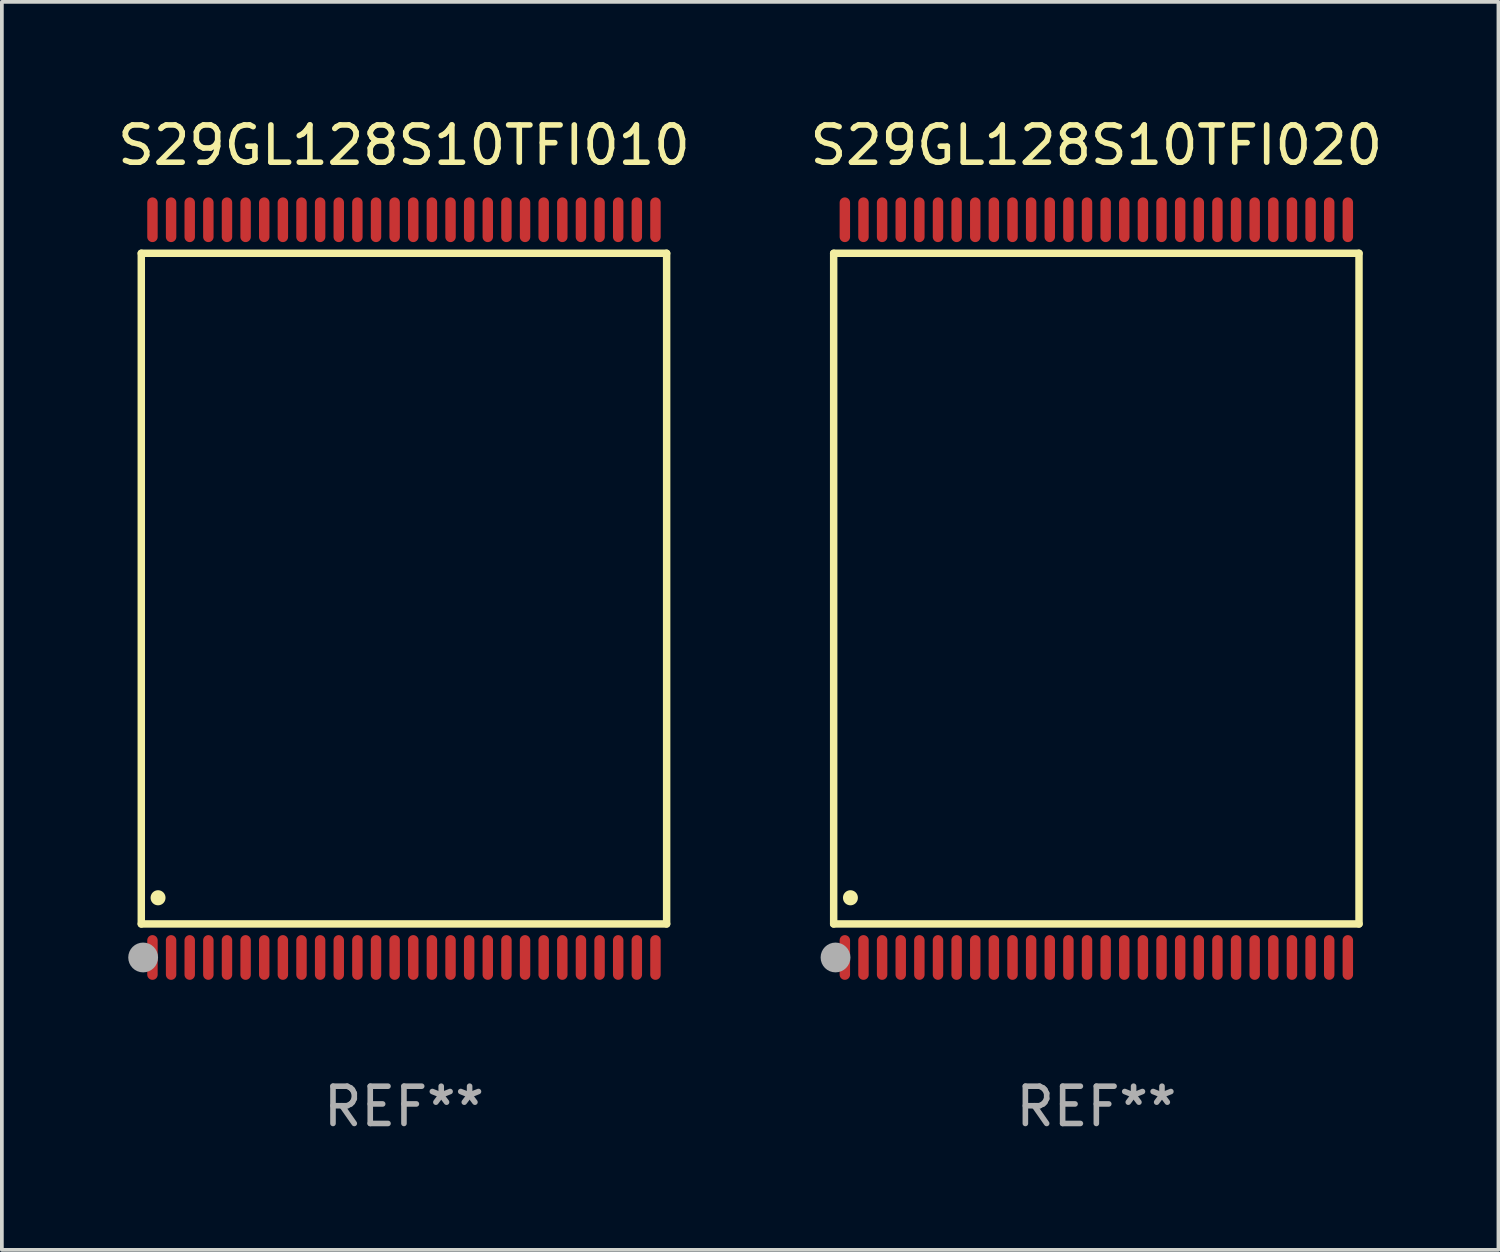
<source format=kicad_pcb>
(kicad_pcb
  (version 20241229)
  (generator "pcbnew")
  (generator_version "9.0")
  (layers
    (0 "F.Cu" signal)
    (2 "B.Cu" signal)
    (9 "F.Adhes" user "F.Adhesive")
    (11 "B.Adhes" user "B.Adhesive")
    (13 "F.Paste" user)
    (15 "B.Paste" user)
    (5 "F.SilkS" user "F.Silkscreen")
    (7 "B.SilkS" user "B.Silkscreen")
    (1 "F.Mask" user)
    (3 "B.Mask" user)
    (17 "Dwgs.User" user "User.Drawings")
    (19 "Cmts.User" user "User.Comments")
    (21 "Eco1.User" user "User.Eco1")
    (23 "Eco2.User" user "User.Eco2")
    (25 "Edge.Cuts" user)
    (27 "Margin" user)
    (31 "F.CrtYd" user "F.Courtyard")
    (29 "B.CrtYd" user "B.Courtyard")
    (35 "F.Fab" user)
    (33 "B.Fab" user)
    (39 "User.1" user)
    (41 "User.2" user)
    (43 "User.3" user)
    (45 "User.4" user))
  (footprint "S29GL128S10TFI010"
    (layer "F.Cu")
    (at 7.792 12.748)
    (property "Reference" "S29GL128S10TFI010" (at 0 -11.9 0) (layer "F.SilkS") (effects (font (size 1 1) (thickness 0.15))))
    (attr through_hole)
    (fp_line (start -7.05 -9) (end 7.05 -9) (stroke (width 0.2) (type solid)) (layer "F.SilkS"))
    (fp_line (start -7.05 9) (end -7.05 -9) (stroke (width 0.2) (type solid)) (layer "F.SilkS"))
    (fp_line (start 7.05 9) (end -7.05 9) (stroke (width 0.2) (type solid)) (layer "F.SilkS"))
    (fp_line (start 7.05 9) (end 7.05 -9) (stroke (width 0.2) (type solid)) (layer "F.SilkS"))
    (fp_arc (start -6.600025 8.300025) (mid -6.600041 8.297485) (end -6.600025 8.294945) (stroke (width 0.4) (type solid)) (layer "F.SilkS"))
    (fp_circle (center -7 10) (end -6.97 10) (stroke (width 0.06) (type solid)) (fill no) (layer "F.SilkS"))
    (fp_circle (center -7 9.9) (end -6.8 9.9) (stroke (width 0.4) (type solid)) (fill no) (layer "F.Fab"))
    (fp_text user "REF**" (at 0 13.9 0) (layer "F.Fab") (effects (font (size 1 1) (thickness 0.15))))
    (pad "1" smd oval (at -6.75 9.9) (size 0.28 1.2) (layers "F.Cu" "F.Mask" "F.Paste"))
    (pad "2" smd oval (at -6.25 9.9) (size 0.28 1.2) (layers "F.Cu" "F.Mask" "F.Paste"))
    (pad "3" smd oval (at -5.75 9.9) (size 0.28 1.2) (layers "F.Cu" "F.Mask" "F.Paste"))
    (pad "4" smd oval (at -5.25 9.9) (size 0.28 1.2) (layers "F.Cu" "F.Mask" "F.Paste"))
    (pad "5" smd oval (at -4.75 9.9) (size 0.28 1.2) (layers "F.Cu" "F.Mask" "F.Paste"))
    (pad "6" smd oval (at -4.25 9.9) (size 0.28 1.2) (layers "F.Cu" "F.Mask" "F.Paste"))
    (pad "7" smd oval (at -3.75 9.9) (size 0.28 1.2) (layers "F.Cu" "F.Mask" "F.Paste"))
    (pad "8" smd oval (at -3.25 9.9) (size 0.28 1.2) (layers "F.Cu" "F.Mask" "F.Paste"))
    (pad "9" smd oval (at -2.75 9.9) (size 0.28 1.2) (layers "F.Cu" "F.Mask" "F.Paste"))
    (pad "10" smd oval (at -2.25 9.9) (size 0.28 1.2) (layers "F.Cu" "F.Mask" "F.Paste"))
    (pad "11" smd oval (at -1.75 9.9) (size 0.28 1.2) (layers "F.Cu" "F.Mask" "F.Paste"))
    (pad "12" smd oval (at -1.25 9.9) (size 0.28 1.2) (layers "F.Cu" "F.Mask" "F.Paste"))
    (pad "13" smd oval (at -0.75 9.9) (size 0.28 1.2) (layers "F.Cu" "F.Mask" "F.Paste"))
    (pad "14" smd oval (at -0.25 9.9) (size 0.28 1.2) (layers "F.Cu" "F.Mask" "F.Paste"))
    (pad "15" smd oval (at 0.25 9.9) (size 0.28 1.2) (layers "F.Cu" "F.Mask" "F.Paste"))
    (pad "16" smd oval (at 0.75 9.9) (size 0.28 1.2) (layers "F.Cu" "F.Mask" "F.Paste"))
    (pad "17" smd oval (at 1.25 9.9) (size 0.28 1.2) (layers "F.Cu" "F.Mask" "F.Paste"))
    (pad "18" smd oval (at 1.75 9.9) (size 0.28 1.2) (layers "F.Cu" "F.Mask" "F.Paste"))
    (pad "19" smd oval (at 2.25 9.9) (size 0.28 1.2) (layers "F.Cu" "F.Mask" "F.Paste"))
    (pad "20" smd oval (at 2.75 9.9) (size 0.28 1.2) (layers "F.Cu" "F.Mask" "F.Paste"))
    (pad "21" smd oval (at 3.25 9.9) (size 0.28 1.2) (layers "F.Cu" "F.Mask" "F.Paste"))
    (pad "22" smd oval (at 3.75 9.9) (size 0.28 1.2) (layers "F.Cu" "F.Mask" "F.Paste"))
    (pad "23" smd oval (at 4.25 9.9) (size 0.28 1.2) (layers "F.Cu" "F.Mask" "F.Paste"))
    (pad "24" smd oval (at 4.75 9.9) (size 0.28 1.2) (layers "F.Cu" "F.Mask" "F.Paste"))
    (pad "25" smd oval (at 5.25 9.9) (size 0.28 1.2) (layers "F.Cu" "F.Mask" "F.Paste"))
    (pad "26" smd oval (at 5.75 9.9) (size 0.28 1.2) (layers "F.Cu" "F.Mask" "F.Paste"))
    (pad "27" smd oval (at 6.25 9.9) (size 0.28 1.2) (layers "F.Cu" "F.Mask" "F.Paste"))
    (pad "28" smd oval (at 6.75 9.9) (size 0.28 1.2) (layers "F.Cu" "F.Mask" "F.Paste"))
    (pad "29" smd oval (at 6.75 -9.9) (size 0.28 1.2) (layers "F.Cu" "F.Mask" "F.Paste"))
    (pad "30" smd oval (at 6.25 -9.9) (size 0.28 1.2) (layers "F.Cu" "F.Mask" "F.Paste"))
    (pad "31" smd oval (at 5.75 -9.9) (size 0.28 1.2) (layers "F.Cu" "F.Mask" "F.Paste"))
    (pad "32" smd oval (at 5.25 -9.9) (size 0.28 1.2) (layers "F.Cu" "F.Mask" "F.Paste"))
    (pad "33" smd oval (at 4.75 -9.9) (size 0.28 1.2) (layers "F.Cu" "F.Mask" "F.Paste"))
    (pad "34" smd oval (at 4.25 -9.9) (size 0.28 1.2) (layers "F.Cu" "F.Mask" "F.Paste"))
    (pad "35" smd oval (at 3.75 -9.9) (size 0.28 1.2) (layers "F.Cu" "F.Mask" "F.Paste"))
    (pad "36" smd oval (at 3.25 -9.9) (size 0.28 1.2) (layers "F.Cu" "F.Mask" "F.Paste"))
    (pad "37" smd oval (at 2.75 -9.9) (size 0.28 1.2) (layers "F.Cu" "F.Mask" "F.Paste"))
    (pad "38" smd oval (at 2.25 -9.9) (size 0.28 1.2) (layers "F.Cu" "F.Mask" "F.Paste"))
    (pad "39" smd oval (at 1.75 -9.9) (size 0.28 1.2) (layers "F.Cu" "F.Mask" "F.Paste"))
    (pad "40" smd oval (at 1.25 -9.9) (size 0.28 1.2) (layers "F.Cu" "F.Mask" "F.Paste"))
    (pad "41" smd oval (at 0.75 -9.9) (size 0.28 1.2) (layers "F.Cu" "F.Mask" "F.Paste"))
    (pad "42" smd oval (at 0.25 -9.9) (size 0.28 1.2) (layers "F.Cu" "F.Mask" "F.Paste"))
    (pad "43" smd oval (at -0.25 -9.9) (size 0.28 1.2) (layers "F.Cu" "F.Mask" "F.Paste"))
    (pad "44" smd oval (at -0.75 -9.9) (size 0.28 1.2) (layers "F.Cu" "F.Mask" "F.Paste"))
    (pad "45" smd oval (at -1.25 -9.9) (size 0.28 1.2) (layers "F.Cu" "F.Mask" "F.Paste"))
    (pad "46" smd oval (at -1.75 -9.9) (size 0.28 1.2) (layers "F.Cu" "F.Mask" "F.Paste"))
    (pad "47" smd oval (at -2.25 -9.9) (size 0.28 1.2) (layers "F.Cu" "F.Mask" "F.Paste"))
    (pad "48" smd oval (at -2.75 -9.9) (size 0.28 1.2) (layers "F.Cu" "F.Mask" "F.Paste"))
    (pad "49" smd oval (at -3.25 -9.9) (size 0.28 1.2) (layers "F.Cu" "F.Mask" "F.Paste"))
    (pad "50" smd oval (at -3.75 -9.9) (size 0.28 1.2) (layers "F.Cu" "F.Mask" "F.Paste"))
    (pad "51" smd oval (at -4.25 -9.9) (size 0.28 1.2) (layers "F.Cu" "F.Mask" "F.Paste"))
    (pad "52" smd oval (at -4.75 -9.9) (size 0.28 1.2) (layers "F.Cu" "F.Mask" "F.Paste"))
    (pad "53" smd oval (at -5.25 -9.9) (size 0.28 1.2) (layers "F.Cu" "F.Mask" "F.Paste"))
    (pad "54" smd oval (at -5.75 -9.9) (size 0.28 1.2) (layers "F.Cu" "F.Mask" "F.Paste"))
    (pad "55" smd oval (at -6.25 -9.9) (size 0.28 1.2) (layers "F.Cu" "F.Mask" "F.Paste"))
    (pad "56" smd oval (at -6.75 -9.9) (size 0.28 1.2) (layers "F.Cu" "F.Mask" "F.Paste")))
  (footprint "S29GL128S10TFI020"
    (layer "F.Cu")
    (at 26.375 12.748)
    (property "Reference" "S29GL128S10TFI020" (at 0 -11.9 0) (layer "F.SilkS") (effects (font (size 1 1) (thickness 0.15))))
    (attr through_hole)
    (fp_line (start -7.05 -9) (end 7.05 -9) (stroke (width 0.2) (type solid)) (layer "F.SilkS"))
    (fp_line (start -7.05 9) (end -7.05 -9) (stroke (width 0.2) (type solid)) (layer "F.SilkS"))
    (fp_line (start 7.05 9) (end -7.05 9) (stroke (width 0.2) (type solid)) (layer "F.SilkS"))
    (fp_line (start 7.05 9) (end 7.05 -9) (stroke (width 0.2) (type solid)) (layer "F.SilkS"))
    (fp_arc (start -6.600025 8.300025) (mid -6.600041 8.297485) (end -6.600025 8.294945) (stroke (width 0.4) (type solid)) (layer "F.SilkS"))
    (fp_circle (center -7 10) (end -6.97 10) (stroke (width 0.06) (type solid)) (fill no) (layer "F.SilkS"))
    (fp_circle (center -7 9.9) (end -6.8 9.9) (stroke (width 0.4) (type solid)) (fill no) (layer "F.Fab"))
    (fp_text user "REF**" (at 0 13.9 0) (layer "F.Fab") (effects (font (size 1 1) (thickness 0.15))))
    (pad "1" smd oval (at -6.75 9.9) (size 0.28 1.2) (layers "F.Cu" "F.Mask" "F.Paste"))
    (pad "2" smd oval (at -6.25 9.9) (size 0.28 1.2) (layers "F.Cu" "F.Mask" "F.Paste"))
    (pad "3" smd oval (at -5.75 9.9) (size 0.28 1.2) (layers "F.Cu" "F.Mask" "F.Paste"))
    (pad "4" smd oval (at -5.25 9.9) (size 0.28 1.2) (layers "F.Cu" "F.Mask" "F.Paste"))
    (pad "5" smd oval (at -4.75 9.9) (size 0.28 1.2) (layers "F.Cu" "F.Mask" "F.Paste"))
    (pad "6" smd oval (at -4.25 9.9) (size 0.28 1.2) (layers "F.Cu" "F.Mask" "F.Paste"))
    (pad "7" smd oval (at -3.75 9.9) (size 0.28 1.2) (layers "F.Cu" "F.Mask" "F.Paste"))
    (pad "8" smd oval (at -3.25 9.9) (size 0.28 1.2) (layers "F.Cu" "F.Mask" "F.Paste"))
    (pad "9" smd oval (at -2.75 9.9) (size 0.28 1.2) (layers "F.Cu" "F.Mask" "F.Paste"))
    (pad "10" smd oval (at -2.25 9.9) (size 0.28 1.2) (layers "F.Cu" "F.Mask" "F.Paste"))
    (pad "11" smd oval (at -1.75 9.9) (size 0.28 1.2) (layers "F.Cu" "F.Mask" "F.Paste"))
    (pad "12" smd oval (at -1.25 9.9) (size 0.28 1.2) (layers "F.Cu" "F.Mask" "F.Paste"))
    (pad "13" smd oval (at -0.75 9.9) (size 0.28 1.2) (layers "F.Cu" "F.Mask" "F.Paste"))
    (pad "14" smd oval (at -0.25 9.9) (size 0.28 1.2) (layers "F.Cu" "F.Mask" "F.Paste"))
    (pad "15" smd oval (at 0.25 9.9) (size 0.28 1.2) (layers "F.Cu" "F.Mask" "F.Paste"))
    (pad "16" smd oval (at 0.75 9.9) (size 0.28 1.2) (layers "F.Cu" "F.Mask" "F.Paste"))
    (pad "17" smd oval (at 1.25 9.9) (size 0.28 1.2) (layers "F.Cu" "F.Mask" "F.Paste"))
    (pad "18" smd oval (at 1.75 9.9) (size 0.28 1.2) (layers "F.Cu" "F.Mask" "F.Paste"))
    (pad "19" smd oval (at 2.25 9.9) (size 0.28 1.2) (layers "F.Cu" "F.Mask" "F.Paste"))
    (pad "20" smd oval (at 2.75 9.9) (size 0.28 1.2) (layers "F.Cu" "F.Mask" "F.Paste"))
    (pad "21" smd oval (at 3.25 9.9) (size 0.28 1.2) (layers "F.Cu" "F.Mask" "F.Paste"))
    (pad "22" smd oval (at 3.75 9.9) (size 0.28 1.2) (layers "F.Cu" "F.Mask" "F.Paste"))
    (pad "23" smd oval (at 4.25 9.9) (size 0.28 1.2) (layers "F.Cu" "F.Mask" "F.Paste"))
    (pad "24" smd oval (at 4.75 9.9) (size 0.28 1.2) (layers "F.Cu" "F.Mask" "F.Paste"))
    (pad "25" smd oval (at 5.25 9.9) (size 0.28 1.2) (layers "F.Cu" "F.Mask" "F.Paste"))
    (pad "26" smd oval (at 5.75 9.9) (size 0.28 1.2) (layers "F.Cu" "F.Mask" "F.Paste"))
    (pad "27" smd oval (at 6.25 9.9) (size 0.28 1.2) (layers "F.Cu" "F.Mask" "F.Paste"))
    (pad "28" smd oval (at 6.75 9.9) (size 0.28 1.2) (layers "F.Cu" "F.Mask" "F.Paste"))
    (pad "29" smd oval (at 6.75 -9.9) (size 0.28 1.2) (layers "F.Cu" "F.Mask" "F.Paste"))
    (pad "30" smd oval (at 6.25 -9.9) (size 0.28 1.2) (layers "F.Cu" "F.Mask" "F.Paste"))
    (pad "31" smd oval (at 5.75 -9.9) (size 0.28 1.2) (layers "F.Cu" "F.Mask" "F.Paste"))
    (pad "32" smd oval (at 5.25 -9.9) (size 0.28 1.2) (layers "F.Cu" "F.Mask" "F.Paste"))
    (pad "33" smd oval (at 4.75 -9.9) (size 0.28 1.2) (layers "F.Cu" "F.Mask" "F.Paste"))
    (pad "34" smd oval (at 4.25 -9.9) (size 0.28 1.2) (layers "F.Cu" "F.Mask" "F.Paste"))
    (pad "35" smd oval (at 3.75 -9.9) (size 0.28 1.2) (layers "F.Cu" "F.Mask" "F.Paste"))
    (pad "36" smd oval (at 3.25 -9.9) (size 0.28 1.2) (layers "F.Cu" "F.Mask" "F.Paste"))
    (pad "37" smd oval (at 2.75 -9.9) (size 0.28 1.2) (layers "F.Cu" "F.Mask" "F.Paste"))
    (pad "38" smd oval (at 2.25 -9.9) (size 0.28 1.2) (layers "F.Cu" "F.Mask" "F.Paste"))
    (pad "39" smd oval (at 1.75 -9.9) (size 0.28 1.2) (layers "F.Cu" "F.Mask" "F.Paste"))
    (pad "40" smd oval (at 1.25 -9.9) (size 0.28 1.2) (layers "F.Cu" "F.Mask" "F.Paste"))
    (pad "41" smd oval (at 0.75 -9.9) (size 0.28 1.2) (layers "F.Cu" "F.Mask" "F.Paste"))
    (pad "42" smd oval (at 0.25 -9.9) (size 0.28 1.2) (layers "F.Cu" "F.Mask" "F.Paste"))
    (pad "43" smd oval (at -0.25 -9.9) (size 0.28 1.2) (layers "F.Cu" "F.Mask" "F.Paste"))
    (pad "44" smd oval (at -0.75 -9.9) (size 0.28 1.2) (layers "F.Cu" "F.Mask" "F.Paste"))
    (pad "45" smd oval (at -1.25 -9.9) (size 0.28 1.2) (layers "F.Cu" "F.Mask" "F.Paste"))
    (pad "46" smd oval (at -1.75 -9.9) (size 0.28 1.2) (layers "F.Cu" "F.Mask" "F.Paste"))
    (pad "47" smd oval (at -2.25 -9.9) (size 0.28 1.2) (layers "F.Cu" "F.Mask" "F.Paste"))
    (pad "48" smd oval (at -2.75 -9.9) (size 0.28 1.2) (layers "F.Cu" "F.Mask" "F.Paste"))
    (pad "49" smd oval (at -3.25 -9.9) (size 0.28 1.2) (layers "F.Cu" "F.Mask" "F.Paste"))
    (pad "50" smd oval (at -3.75 -9.9) (size 0.28 1.2) (layers "F.Cu" "F.Mask" "F.Paste"))
    (pad "51" smd oval (at -4.25 -9.9) (size 0.28 1.2) (layers "F.Cu" "F.Mask" "F.Paste"))
    (pad "52" smd oval (at -4.75 -9.9) (size 0.28 1.2) (layers "F.Cu" "F.Mask" "F.Paste"))
    (pad "53" smd oval (at -5.25 -9.9) (size 0.28 1.2) (layers "F.Cu" "F.Mask" "F.Paste"))
    (pad "54" smd oval (at -5.75 -9.9) (size 0.28 1.2) (layers "F.Cu" "F.Mask" "F.Paste"))
    (pad "55" smd oval (at -6.25 -9.9) (size 0.28 1.2) (layers "F.Cu" "F.Mask" "F.Paste"))
    (pad "56" smd oval (at -6.75 -9.9) (size 0.28 1.2) (layers "F.Cu" "F.Mask" "F.Paste")))
  (gr_rect
    (start -3 -3)
    (end 37.167 30.496)
    (stroke (width 0.1) (type default))
    (fill no)
    (layer "Edge.Cuts")))
</source>
